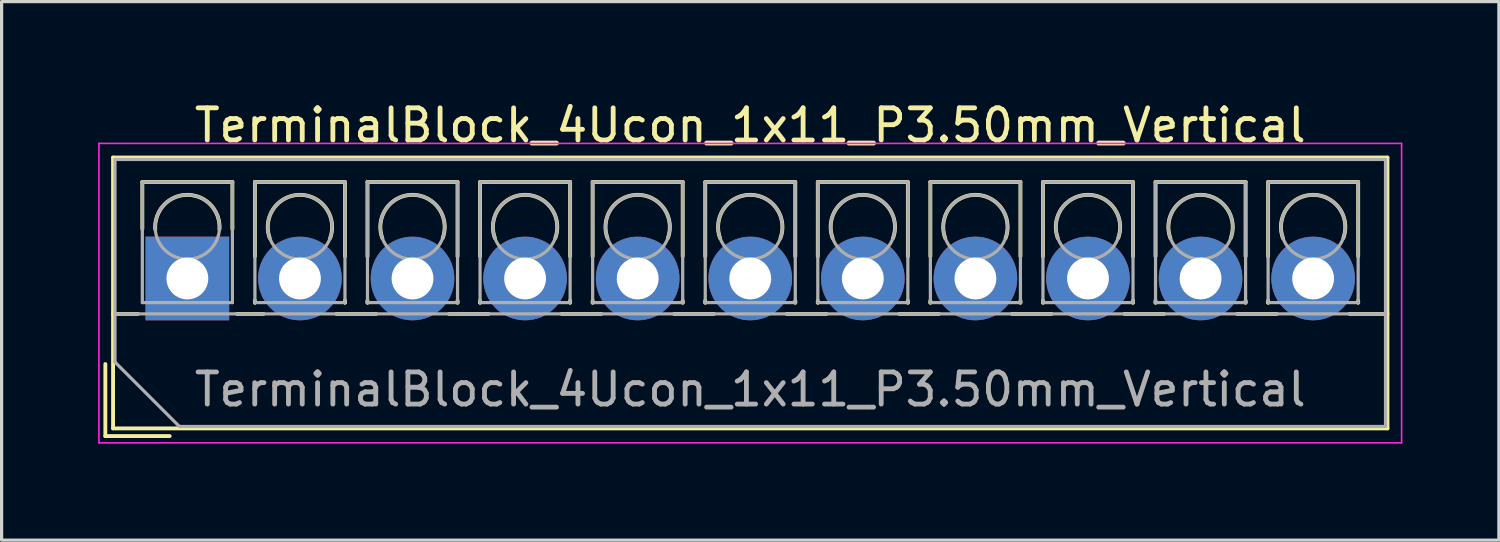
<source format=kicad_pcb>
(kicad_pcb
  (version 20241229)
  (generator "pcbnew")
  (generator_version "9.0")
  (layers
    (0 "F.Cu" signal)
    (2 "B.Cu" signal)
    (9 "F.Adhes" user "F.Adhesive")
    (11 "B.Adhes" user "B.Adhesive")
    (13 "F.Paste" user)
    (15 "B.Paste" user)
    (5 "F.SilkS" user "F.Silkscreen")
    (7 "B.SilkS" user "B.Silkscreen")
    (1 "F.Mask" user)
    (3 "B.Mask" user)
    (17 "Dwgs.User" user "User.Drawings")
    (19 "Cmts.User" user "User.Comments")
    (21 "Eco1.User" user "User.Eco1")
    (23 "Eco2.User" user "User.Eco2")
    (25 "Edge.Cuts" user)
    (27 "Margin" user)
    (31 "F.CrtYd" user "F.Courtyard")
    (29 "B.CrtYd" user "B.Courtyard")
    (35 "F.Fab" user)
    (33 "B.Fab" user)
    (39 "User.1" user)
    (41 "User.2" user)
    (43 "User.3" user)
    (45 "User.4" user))
  (footprint "TerminalBlock_4Ucon_1x11_P3.50mm_Vertical"
    (layer "F.Cu")
    (at 2.775 5.608)
    (property "Reference" "TerminalBlock_4Ucon_1x11_P3.50mm_Vertical" (at 17.5 -4.76 0) (layer "F.SilkS") (effects (font (size 1 1) (thickness 0.15))))
    (attr through_hole)
    (fp_line (start -2.55 2.66) (end -2.55 4.9) (stroke (width 0.12) (type solid)) (layer "F.SilkS"))
    (fp_line (start -2.55 4.9) (end -0.55 4.9) (stroke (width 0.12) (type solid)) (layer "F.SilkS"))
    (fp_line (start -2.31 -3.76) (end -2.31 4.66) (stroke (width 0.12) (type solid)) (layer "F.SilkS"))
    (fp_line (start -2.31 -3.76) (end 37.31 -3.76) (stroke (width 0.12) (type solid)) (layer "F.SilkS"))
    (fp_line (start -2.31 1.101) (end -1.54 1.101) (stroke (width 0.12) (type solid)) (layer "F.SilkS"))
    (fp_line (start -2.31 4.66) (end 37.31 4.66) (stroke (width 0.12) (type solid)) (layer "F.SilkS"))
    (fp_line (start -1.4 -3) (end -1.4 -1.54) (stroke (width 0.12) (type solid)) (layer "F.SilkS"))
    (fp_line (start -1.4 -3) (end 1.4 -3) (stroke (width 0.12) (type solid)) (layer "F.SilkS"))
    (fp_line (start 1.4 -3) (end 1.4 -1.54) (stroke (width 0.12) (type solid)) (layer "F.SilkS"))
    (fp_line (start 1.54 1.101) (end 2.367 1.101) (stroke (width 0.12) (type solid)) (layer "F.SilkS"))
    (fp_line (start 2.1 -3) (end 2.1 -0.689) (stroke (width 0.12) (type solid)) (layer "F.SilkS"))
    (fp_line (start 2.1 -3) (end 4.9 -3) (stroke (width 0.12) (type solid)) (layer "F.SilkS"))
    (fp_line (start 2.1 0.689) (end 2.1 0.75) (stroke (width 0.12) (type solid)) (layer "F.SilkS"))
    (fp_line (start 2.1 0.75) (end 2.101 0.75) (stroke (width 0.12) (type solid)) (layer "F.SilkS"))
    (fp_line (start 4.634 1.101) (end 5.867 1.101) (stroke (width 0.12) (type solid)) (layer "F.SilkS"))
    (fp_line (start 4.9 -3) (end 4.9 -0.689) (stroke (width 0.12) (type solid)) (layer "F.SilkS"))
    (fp_line (start 4.9 0.689) (end 4.9 0.75) (stroke (width 0.12) (type solid)) (layer "F.SilkS"))
    (fp_line (start 4.9 0.75) (end 4.9 0.75) (stroke (width 0.12) (type solid)) (layer "F.SilkS"))
    (fp_line (start 5.6 -3) (end 5.6 -0.689) (stroke (width 0.12) (type solid)) (layer "F.SilkS"))
    (fp_line (start 5.6 -3) (end 8.4 -3) (stroke (width 0.12) (type solid)) (layer "F.SilkS"))
    (fp_line (start 5.6 0.689) (end 5.6 0.75) (stroke (width 0.12) (type solid)) (layer "F.SilkS"))
    (fp_line (start 5.6 0.75) (end 5.601 0.75) (stroke (width 0.12) (type solid)) (layer "F.SilkS"))
    (fp_line (start 8.134 1.101) (end 9.367 1.101) (stroke (width 0.12) (type solid)) (layer "F.SilkS"))
    (fp_line (start 8.4 -3) (end 8.4 -0.689) (stroke (width 0.12) (type solid)) (layer "F.SilkS"))
    (fp_line (start 8.4 0.689) (end 8.4 0.75) (stroke (width 0.12) (type solid)) (layer "F.SilkS"))
    (fp_line (start 8.4 0.75) (end 8.4 0.75) (stroke (width 0.12) (type solid)) (layer "F.SilkS"))
    (fp_line (start 9.1 -3) (end 9.1 -0.689) (stroke (width 0.12) (type solid)) (layer "F.SilkS"))
    (fp_line (start 9.1 -3) (end 11.9 -3) (stroke (width 0.12) (type solid)) (layer "F.SilkS"))
    (fp_line (start 9.1 0.689) (end 9.1 0.75) (stroke (width 0.12) (type solid)) (layer "F.SilkS"))
    (fp_line (start 9.1 0.75) (end 9.101 0.75) (stroke (width 0.12) (type solid)) (layer "F.SilkS"))
    (fp_line (start 11.634 1.101) (end 12.867 1.101) (stroke (width 0.12) (type solid)) (layer "F.SilkS"))
    (fp_line (start 11.9 -3) (end 11.9 -0.689) (stroke (width 0.12) (type solid)) (layer "F.SilkS"))
    (fp_line (start 11.9 0.689) (end 11.9 0.75) (stroke (width 0.12) (type solid)) (layer "F.SilkS"))
    (fp_line (start 11.9 0.75) (end 11.9 0.75) (stroke (width 0.12) (type solid)) (layer "F.SilkS"))
    (fp_line (start 12.6 -3) (end 12.6 -0.689) (stroke (width 0.12) (type solid)) (layer "F.SilkS"))
    (fp_line (start 12.6 -3) (end 15.4 -3) (stroke (width 0.12) (type solid)) (layer "F.SilkS"))
    (fp_line (start 12.6 0.689) (end 12.6 0.75) (stroke (width 0.12) (type solid)) (layer "F.SilkS"))
    (fp_line (start 12.6 0.75) (end 12.601 0.75) (stroke (width 0.12) (type solid)) (layer "F.SilkS"))
    (fp_line (start 15.134 1.101) (end 16.367 1.101) (stroke (width 0.12) (type solid)) (layer "F.SilkS"))
    (fp_line (start 15.4 -3) (end 15.4 -0.689) (stroke (width 0.12) (type solid)) (layer "F.SilkS"))
    (fp_line (start 15.4 0.689) (end 15.4 0.75) (stroke (width 0.12) (type solid)) (layer "F.SilkS"))
    (fp_line (start 15.4 0.75) (end 15.4 0.75) (stroke (width 0.12) (type solid)) (layer "F.SilkS"))
    (fp_line (start 16.101 -3) (end 16.101 -0.689) (stroke (width 0.12) (type solid)) (layer "F.SilkS"))
    (fp_line (start 16.101 -3) (end 18.9 -3) (stroke (width 0.12) (type solid)) (layer "F.SilkS"))
    (fp_line (start 16.101 0.689) (end 16.101 0.75) (stroke (width 0.12) (type solid)) (layer "F.SilkS"))
    (fp_line (start 16.101 0.75) (end 16.101 0.75) (stroke (width 0.12) (type solid)) (layer "F.SilkS"))
    (fp_line (start 18.634 1.101) (end 19.867 1.101) (stroke (width 0.12) (type solid)) (layer "F.SilkS"))
    (fp_line (start 18.9 -3) (end 18.9 -0.689) (stroke (width 0.12) (type solid)) (layer "F.SilkS"))
    (fp_line (start 18.9 0.689) (end 18.9 0.75) (stroke (width 0.12) (type solid)) (layer "F.SilkS"))
    (fp_line (start 18.9 0.75) (end 18.9 0.75) (stroke (width 0.12) (type solid)) (layer "F.SilkS"))
    (fp_line (start 19.6 -3) (end 19.6 -0.689) (stroke (width 0.12) (type solid)) (layer "F.SilkS"))
    (fp_line (start 19.6 -3) (end 22.4 -3) (stroke (width 0.12) (type solid)) (layer "F.SilkS"))
    (fp_line (start 19.6 0.689) (end 19.6 0.75) (stroke (width 0.12) (type solid)) (layer "F.SilkS"))
    (fp_line (start 19.6 0.75) (end 19.601 0.75) (stroke (width 0.12) (type solid)) (layer "F.SilkS"))
    (fp_line (start 22.134 1.101) (end 23.367 1.101) (stroke (width 0.12) (type solid)) (layer "F.SilkS"))
    (fp_line (start 22.4 -3) (end 22.4 -0.689) (stroke (width 0.12) (type solid)) (layer "F.SilkS"))
    (fp_line (start 22.4 0.689) (end 22.4 0.75) (stroke (width 0.12) (type solid)) (layer "F.SilkS"))
    (fp_line (start 22.4 0.75) (end 22.4 0.75) (stroke (width 0.12) (type solid)) (layer "F.SilkS"))
    (fp_line (start 23.1 -3) (end 23.1 -0.689) (stroke (width 0.12) (type solid)) (layer "F.SilkS"))
    (fp_line (start 23.1 -3) (end 25.9 -3) (stroke (width 0.12) (type solid)) (layer "F.SilkS"))
    (fp_line (start 23.1 0.689) (end 23.1 0.75) (stroke (width 0.12) (type solid)) (layer "F.SilkS"))
    (fp_line (start 23.1 0.75) (end 23.101 0.75) (stroke (width 0.12) (type solid)) (layer "F.SilkS"))
    (fp_line (start 25.634 1.101) (end 26.867 1.101) (stroke (width 0.12) (type solid)) (layer "F.SilkS"))
    (fp_line (start 25.9 -3) (end 25.9 -0.689) (stroke (width 0.12) (type solid)) (layer "F.SilkS"))
    (fp_line (start 25.9 0.689) (end 25.9 0.75) (stroke (width 0.12) (type solid)) (layer "F.SilkS"))
    (fp_line (start 25.9 0.75) (end 25.9 0.75) (stroke (width 0.12) (type solid)) (layer "F.SilkS"))
    (fp_line (start 26.6 -3) (end 26.6 -0.689) (stroke (width 0.12) (type solid)) (layer "F.SilkS"))
    (fp_line (start 26.6 -3) (end 29.4 -3) (stroke (width 0.12) (type solid)) (layer "F.SilkS"))
    (fp_line (start 26.6 0.689) (end 26.6 0.75) (stroke (width 0.12) (type solid)) (layer "F.SilkS"))
    (fp_line (start 26.6 0.75) (end 26.601 0.75) (stroke (width 0.12) (type solid)) (layer "F.SilkS"))
    (fp_line (start 29.134 1.101) (end 30.367 1.101) (stroke (width 0.12) (type solid)) (layer "F.SilkS"))
    (fp_line (start 29.4 -3) (end 29.4 -0.689) (stroke (width 0.12) (type solid)) (layer "F.SilkS"))
    (fp_line (start 29.4 0.689) (end 29.4 0.75) (stroke (width 0.12) (type solid)) (layer "F.SilkS"))
    (fp_line (start 29.4 0.75) (end 29.4 0.75) (stroke (width 0.12) (type solid)) (layer "F.SilkS"))
    (fp_line (start 30.1 -3) (end 30.1 -0.689) (stroke (width 0.12) (type solid)) (layer "F.SilkS"))
    (fp_line (start 30.1 -3) (end 32.9 -3) (stroke (width 0.12) (type solid)) (layer "F.SilkS"))
    (fp_line (start 30.1 0.689) (end 30.1 0.75) (stroke (width 0.12) (type solid)) (layer "F.SilkS"))
    (fp_line (start 30.1 0.75) (end 30.101 0.75) (stroke (width 0.12) (type solid)) (layer "F.SilkS"))
    (fp_line (start 32.634 1.101) (end 33.867 1.101) (stroke (width 0.12) (type solid)) (layer "F.SilkS"))
    (fp_line (start 32.9 -3) (end 32.9 -0.689) (stroke (width 0.12) (type solid)) (layer "F.SilkS"))
    (fp_line (start 32.9 0.689) (end 32.9 0.75) (stroke (width 0.12) (type solid)) (layer "F.SilkS"))
    (fp_line (start 32.9 0.75) (end 32.9 0.75) (stroke (width 0.12) (type solid)) (layer "F.SilkS"))
    (fp_line (start 33.6 -3) (end 33.6 -0.689) (stroke (width 0.12) (type solid)) (layer "F.SilkS"))
    (fp_line (start 33.6 -3) (end 36.4 -3) (stroke (width 0.12) (type solid)) (layer "F.SilkS"))
    (fp_line (start 33.6 0.689) (end 33.6 0.75) (stroke (width 0.12) (type solid)) (layer "F.SilkS"))
    (fp_line (start 33.6 0.75) (end 33.601 0.75) (stroke (width 0.12) (type solid)) (layer "F.SilkS"))
    (fp_line (start 36.134 1.101) (end 37.31 1.101) (stroke (width 0.12) (type solid)) (layer "F.SilkS"))
    (fp_line (start 36.4 -3) (end 36.4 -0.689) (stroke (width 0.12) (type solid)) (layer "F.SilkS"))
    (fp_line (start 36.4 0.689) (end 36.4 0.75) (stroke (width 0.12) (type solid)) (layer "F.SilkS"))
    (fp_line (start 36.4 0.75) (end 36.4 0.75) (stroke (width 0.12) (type solid)) (layer "F.SilkS"))
    (fp_line (start 37.31 -3.76) (end 37.31 4.66) (stroke (width 0.12) (type solid)) (layer "F.SilkS"))
    (fp_arc (start -0.99789 -1.529434) (mid -0.000785 -2.600382) (end 0.998 -1.531) (stroke (width 0.12) (type solid)) (layer "F.SilkS"))
    (fp_arc (start 2.560085 -1.257767) (mid 3.499876 -2.600282) (end 4.44 -1.258) (stroke (width 0.12) (type solid)) (layer "F.SilkS"))
    (fp_arc (start 6.060085 -1.257767) (mid 6.999876 -2.600282) (end 7.94 -1.258) (stroke (width 0.12) (type solid)) (layer "F.SilkS"))
    (fp_arc (start 9.560085 -1.257767) (mid 10.499876 -2.600282) (end 11.44 -1.258) (stroke (width 0.12) (type solid)) (layer "F.SilkS"))
    (fp_arc (start 13.060085 -1.257767) (mid 13.999876 -2.600282) (end 14.94 -1.258) (stroke (width 0.12) (type solid)) (layer "F.SilkS"))
    (fp_arc (start 16.560085 -1.257767) (mid 17.499876 -2.600282) (end 18.44 -1.258) (stroke (width 0.12) (type solid)) (layer "F.SilkS"))
    (fp_arc (start 20.060085 -1.257767) (mid 20.999876 -2.600282) (end 21.94 -1.258) (stroke (width 0.12) (type solid)) (layer "F.SilkS"))
    (fp_arc (start 23.560085 -1.257767) (mid 24.499876 -2.600282) (end 25.44 -1.258) (stroke (width 0.12) (type solid)) (layer "F.SilkS"))
    (fp_arc (start 27.060085 -1.257767) (mid 27.999876 -2.600282) (end 28.94 -1.258) (stroke (width 0.12) (type solid)) (layer "F.SilkS"))
    (fp_arc (start 30.560085 -1.257767) (mid 31.499876 -2.600282) (end 32.44 -1.258) (stroke (width 0.12) (type solid)) (layer "F.SilkS"))
    (fp_arc (start 34.060085 -1.257767) (mid 34.999876 -2.600282) (end 35.94 -1.258) (stroke (width 0.12) (type solid)) (layer "F.SilkS"))
    (fp_line (start -2.75 -4.2) (end -2.75 5.11) (stroke (width 0.05) (type solid)) (layer "F.CrtYd"))
    (fp_line (start -2.75 5.11) (end 37.75 5.11) (stroke (width 0.05) (type solid)) (layer "F.CrtYd"))
    (fp_line (start 37.75 -4.2) (end -2.75 -4.2) (stroke (width 0.05) (type solid)) (layer "F.CrtYd"))
    (fp_line (start 37.75 5.11) (end 37.75 -4.2) (stroke (width 0.05) (type solid)) (layer "F.CrtYd"))
    (fp_line (start -2.25 -3.7) (end 37.25 -3.7) (stroke (width 0.1) (type solid)) (layer "F.Fab"))
    (fp_line (start -2.25 1.1) (end 37.25 1.1) (stroke (width 0.1) (type solid)) (layer "F.Fab"))
    (fp_line (start -2.25 2.6) (end -2.25 -3.7) (stroke (width 0.1) (type solid)) (layer "F.Fab"))
    (fp_line (start -1.4 -3) (end -1.4 0.75) (stroke (width 0.1) (type solid)) (layer "F.Fab"))
    (fp_line (start -1.4 0.75) (end 1.4 0.75) (stroke (width 0.1) (type solid)) (layer "F.Fab"))
    (fp_line (start -0.25 4.6) (end -2.25 2.6) (stroke (width 0.1) (type solid)) (layer "F.Fab"))
    (fp_line (start 1.4 -3) (end -1.4 -3) (stroke (width 0.1) (type solid)) (layer "F.Fab"))
    (fp_line (start 1.4 0.75) (end 1.4 -3) (stroke (width 0.1) (type solid)) (layer "F.Fab"))
    (fp_line (start 2.1 -3) (end 2.1 0.75) (stroke (width 0.1) (type solid)) (layer "F.Fab"))
    (fp_line (start 2.1 0.75) (end 4.9 0.75) (stroke (width 0.1) (type solid)) (layer "F.Fab"))
    (fp_line (start 4.9 -3) (end 2.1 -3) (stroke (width 0.1) (type solid)) (layer "F.Fab"))
    (fp_line (start 4.9 0.75) (end 4.9 -3) (stroke (width 0.1) (type solid)) (layer "F.Fab"))
    (fp_line (start 5.6 -3) (end 5.6 0.75) (stroke (width 0.1) (type solid)) (layer "F.Fab"))
    (fp_line (start 5.6 0.75) (end 8.4 0.75) (stroke (width 0.1) (type solid)) (layer "F.Fab"))
    (fp_line (start 8.4 -3) (end 5.6 -3) (stroke (width 0.1) (type solid)) (layer "F.Fab"))
    (fp_line (start 8.4 0.75) (end 8.4 -3) (stroke (width 0.1) (type solid)) (layer "F.Fab"))
    (fp_line (start 9.1 -3) (end 9.1 0.75) (stroke (width 0.1) (type solid)) (layer "F.Fab"))
    (fp_line (start 9.1 0.75) (end 11.9 0.75) (stroke (width 0.1) (type solid)) (layer "F.Fab"))
    (fp_line (start 11.9 -3) (end 9.1 -3) (stroke (width 0.1) (type solid)) (layer "F.Fab"))
    (fp_line (start 11.9 0.75) (end 11.9 -3) (stroke (width 0.1) (type solid)) (layer "F.Fab"))
    (fp_line (start 12.6 -3) (end 12.6 0.75) (stroke (width 0.1) (type solid)) (layer "F.Fab"))
    (fp_line (start 12.6 0.75) (end 15.4 0.75) (stroke (width 0.1) (type solid)) (layer "F.Fab"))
    (fp_line (start 15.4 -3) (end 12.6 -3) (stroke (width 0.1) (type solid)) (layer "F.Fab"))
    (fp_line (start 15.4 0.75) (end 15.4 -3) (stroke (width 0.1) (type solid)) (layer "F.Fab"))
    (fp_line (start 16.101 -3) (end 16.101 0.75) (stroke (width 0.1) (type solid)) (layer "F.Fab"))
    (fp_line (start 16.101 0.75) (end 18.9 0.75) (stroke (width 0.1) (type solid)) (layer "F.Fab"))
    (fp_line (start 18.9 -3) (end 16.101 -3) (stroke (width 0.1) (type solid)) (layer "F.Fab"))
    (fp_line (start 18.9 0.75) (end 18.9 -3) (stroke (width 0.1) (type solid)) (layer "F.Fab"))
    (fp_line (start 19.6 -3) (end 19.6 0.75) (stroke (width 0.1) (type solid)) (layer "F.Fab"))
    (fp_line (start 19.6 0.75) (end 22.4 0.75) (stroke (width 0.1) (type solid)) (layer "F.Fab"))
    (fp_line (start 22.4 -3) (end 19.6 -3) (stroke (width 0.1) (type solid)) (layer "F.Fab"))
    (fp_line (start 22.4 0.75) (end 22.4 -3) (stroke (width 0.1) (type solid)) (layer "F.Fab"))
    (fp_line (start 23.1 -3) (end 23.1 0.75) (stroke (width 0.1) (type solid)) (layer "F.Fab"))
    (fp_line (start 23.1 0.75) (end 25.9 0.75) (stroke (width 0.1) (type solid)) (layer "F.Fab"))
    (fp_line (start 25.9 -3) (end 23.1 -3) (stroke (width 0.1) (type solid)) (layer "F.Fab"))
    (fp_line (start 25.9 0.75) (end 25.9 -3) (stroke (width 0.1) (type solid)) (layer "F.Fab"))
    (fp_line (start 26.6 -3) (end 26.6 0.75) (stroke (width 0.1) (type solid)) (layer "F.Fab"))
    (fp_line (start 26.6 0.75) (end 29.4 0.75) (stroke (width 0.1) (type solid)) (layer "F.Fab"))
    (fp_line (start 29.4 -3) (end 26.6 -3) (stroke (width 0.1) (type solid)) (layer "F.Fab"))
    (fp_line (start 29.4 0.75) (end 29.4 -3) (stroke (width 0.1) (type solid)) (layer "F.Fab"))
    (fp_line (start 30.1 -3) (end 30.1 0.75) (stroke (width 0.1) (type solid)) (layer "F.Fab"))
    (fp_line (start 30.1 0.75) (end 32.9 0.75) (stroke (width 0.1) (type solid)) (layer "F.Fab"))
    (fp_line (start 32.9 -3) (end 30.1 -3) (stroke (width 0.1) (type solid)) (layer "F.Fab"))
    (fp_line (start 32.9 0.75) (end 32.9 -3) (stroke (width 0.1) (type solid)) (layer "F.Fab"))
    (fp_line (start 33.6 -3) (end 33.6 0.75) (stroke (width 0.1) (type solid)) (layer "F.Fab"))
    (fp_line (start 33.6 0.75) (end 36.4 0.75) (stroke (width 0.1) (type solid)) (layer "F.Fab"))
    (fp_line (start 36.4 -3) (end 33.6 -3) (stroke (width 0.1) (type solid)) (layer "F.Fab"))
    (fp_line (start 36.4 0.75) (end 36.4 -3) (stroke (width 0.1) (type solid)) (layer "F.Fab"))
    (fp_line (start 37.25 -3.7) (end 37.25 4.6) (stroke (width 0.1) (type solid)) (layer "F.Fab"))
    (fp_line (start 37.25 4.6) (end -0.25 4.6) (stroke (width 0.1) (type solid)) (layer "F.Fab"))
    (fp_circle (center 0 -1.6) (end 1 -1.6) (stroke (width 0.1) (type solid)) (fill no) (layer "F.Fab"))
    (fp_circle (center 3.5 -1.6) (end 4.5 -1.6) (stroke (width 0.1) (type solid)) (fill no) (layer "F.Fab"))
    (fp_circle (center 7 -1.6) (end 8 -1.6) (stroke (width 0.1) (type solid)) (fill no) (layer "F.Fab"))
    (fp_circle (center 10.5 -1.6) (end 11.5 -1.6) (stroke (width 0.1) (type solid)) (fill no) (layer "F.Fab"))
    (fp_circle (center 14 -1.6) (end 15 -1.6) (stroke (width 0.1) (type solid)) (fill no) (layer "F.Fab"))
    (fp_circle (center 17.5 -1.6) (end 18.5 -1.6) (stroke (width 0.1) (type solid)) (fill no) (layer "F.Fab"))
    (fp_circle (center 21 -1.6) (end 22 -1.6) (stroke (width 0.1) (type solid)) (fill no) (layer "F.Fab"))
    (fp_circle (center 24.5 -1.6) (end 25.5 -1.6) (stroke (width 0.1) (type solid)) (fill no) (layer "F.Fab"))
    (fp_circle (center 28 -1.6) (end 29 -1.6) (stroke (width 0.1) (type solid)) (fill no) (layer "F.Fab"))
    (fp_circle (center 31.5 -1.6) (end 32.5 -1.6) (stroke (width 0.1) (type solid)) (fill no) (layer "F.Fab"))
    (fp_circle (center 35 -1.6) (end 36 -1.6) (stroke (width 0.1) (type solid)) (fill no) (layer "F.Fab"))
    (fp_text user "${REFERENCE}" (at 17.5 3.45 0) (layer "F.Fab") (effects (font (size 1 1) (thickness 0.15))))
    (pad "1" thru_hole rect (at 0 0) (size 2.6 2.6) (drill 1.3) (layers "*.Cu" "*.Mask"))
    (pad "2" thru_hole circle (at 3.5 0) (size 2.6 2.6) (drill 1.3) (layers "*.Cu" "*.Mask"))
    (pad "3" thru_hole circle (at 7 0) (size 2.6 2.6) (drill 1.3) (layers "*.Cu" "*.Mask"))
    (pad "4" thru_hole circle (at 10.5 0) (size 2.6 2.6) (drill 1.3) (layers "*.Cu" "*.Mask"))
    (pad "5" thru_hole circle (at 14 0) (size 2.6 2.6) (drill 1.3) (layers "*.Cu" "*.Mask"))
    (pad "6" thru_hole circle (at 17.5 0) (size 2.6 2.6) (drill 1.3) (layers "*.Cu" "*.Mask"))
    (pad "7" thru_hole circle (at 21 0) (size 2.6 2.6) (drill 1.3) (layers "*.Cu" "*.Mask"))
    (pad "8" thru_hole circle (at 24.5 0) (size 2.6 2.6) (drill 1.3) (layers "*.Cu" "*.Mask"))
    (pad "9" thru_hole circle (at 28 0) (size 2.6 2.6) (drill 1.3) (layers "*.Cu" "*.Mask"))
    (pad "10" thru_hole circle (at 31.5 0) (size 2.6 2.6) (drill 1.3) (layers "*.Cu" "*.Mask"))
    (pad "11" thru_hole circle (at 35 0) (size 2.6 2.6) (drill 1.3) (layers "*.Cu" "*.Mask")))
  (gr_rect
    (start -3 -3)
    (end 43.55 13.743)
    (stroke (width 0.1) (type default))
    (fill no)
    (layer "Edge.Cuts")))
</source>
